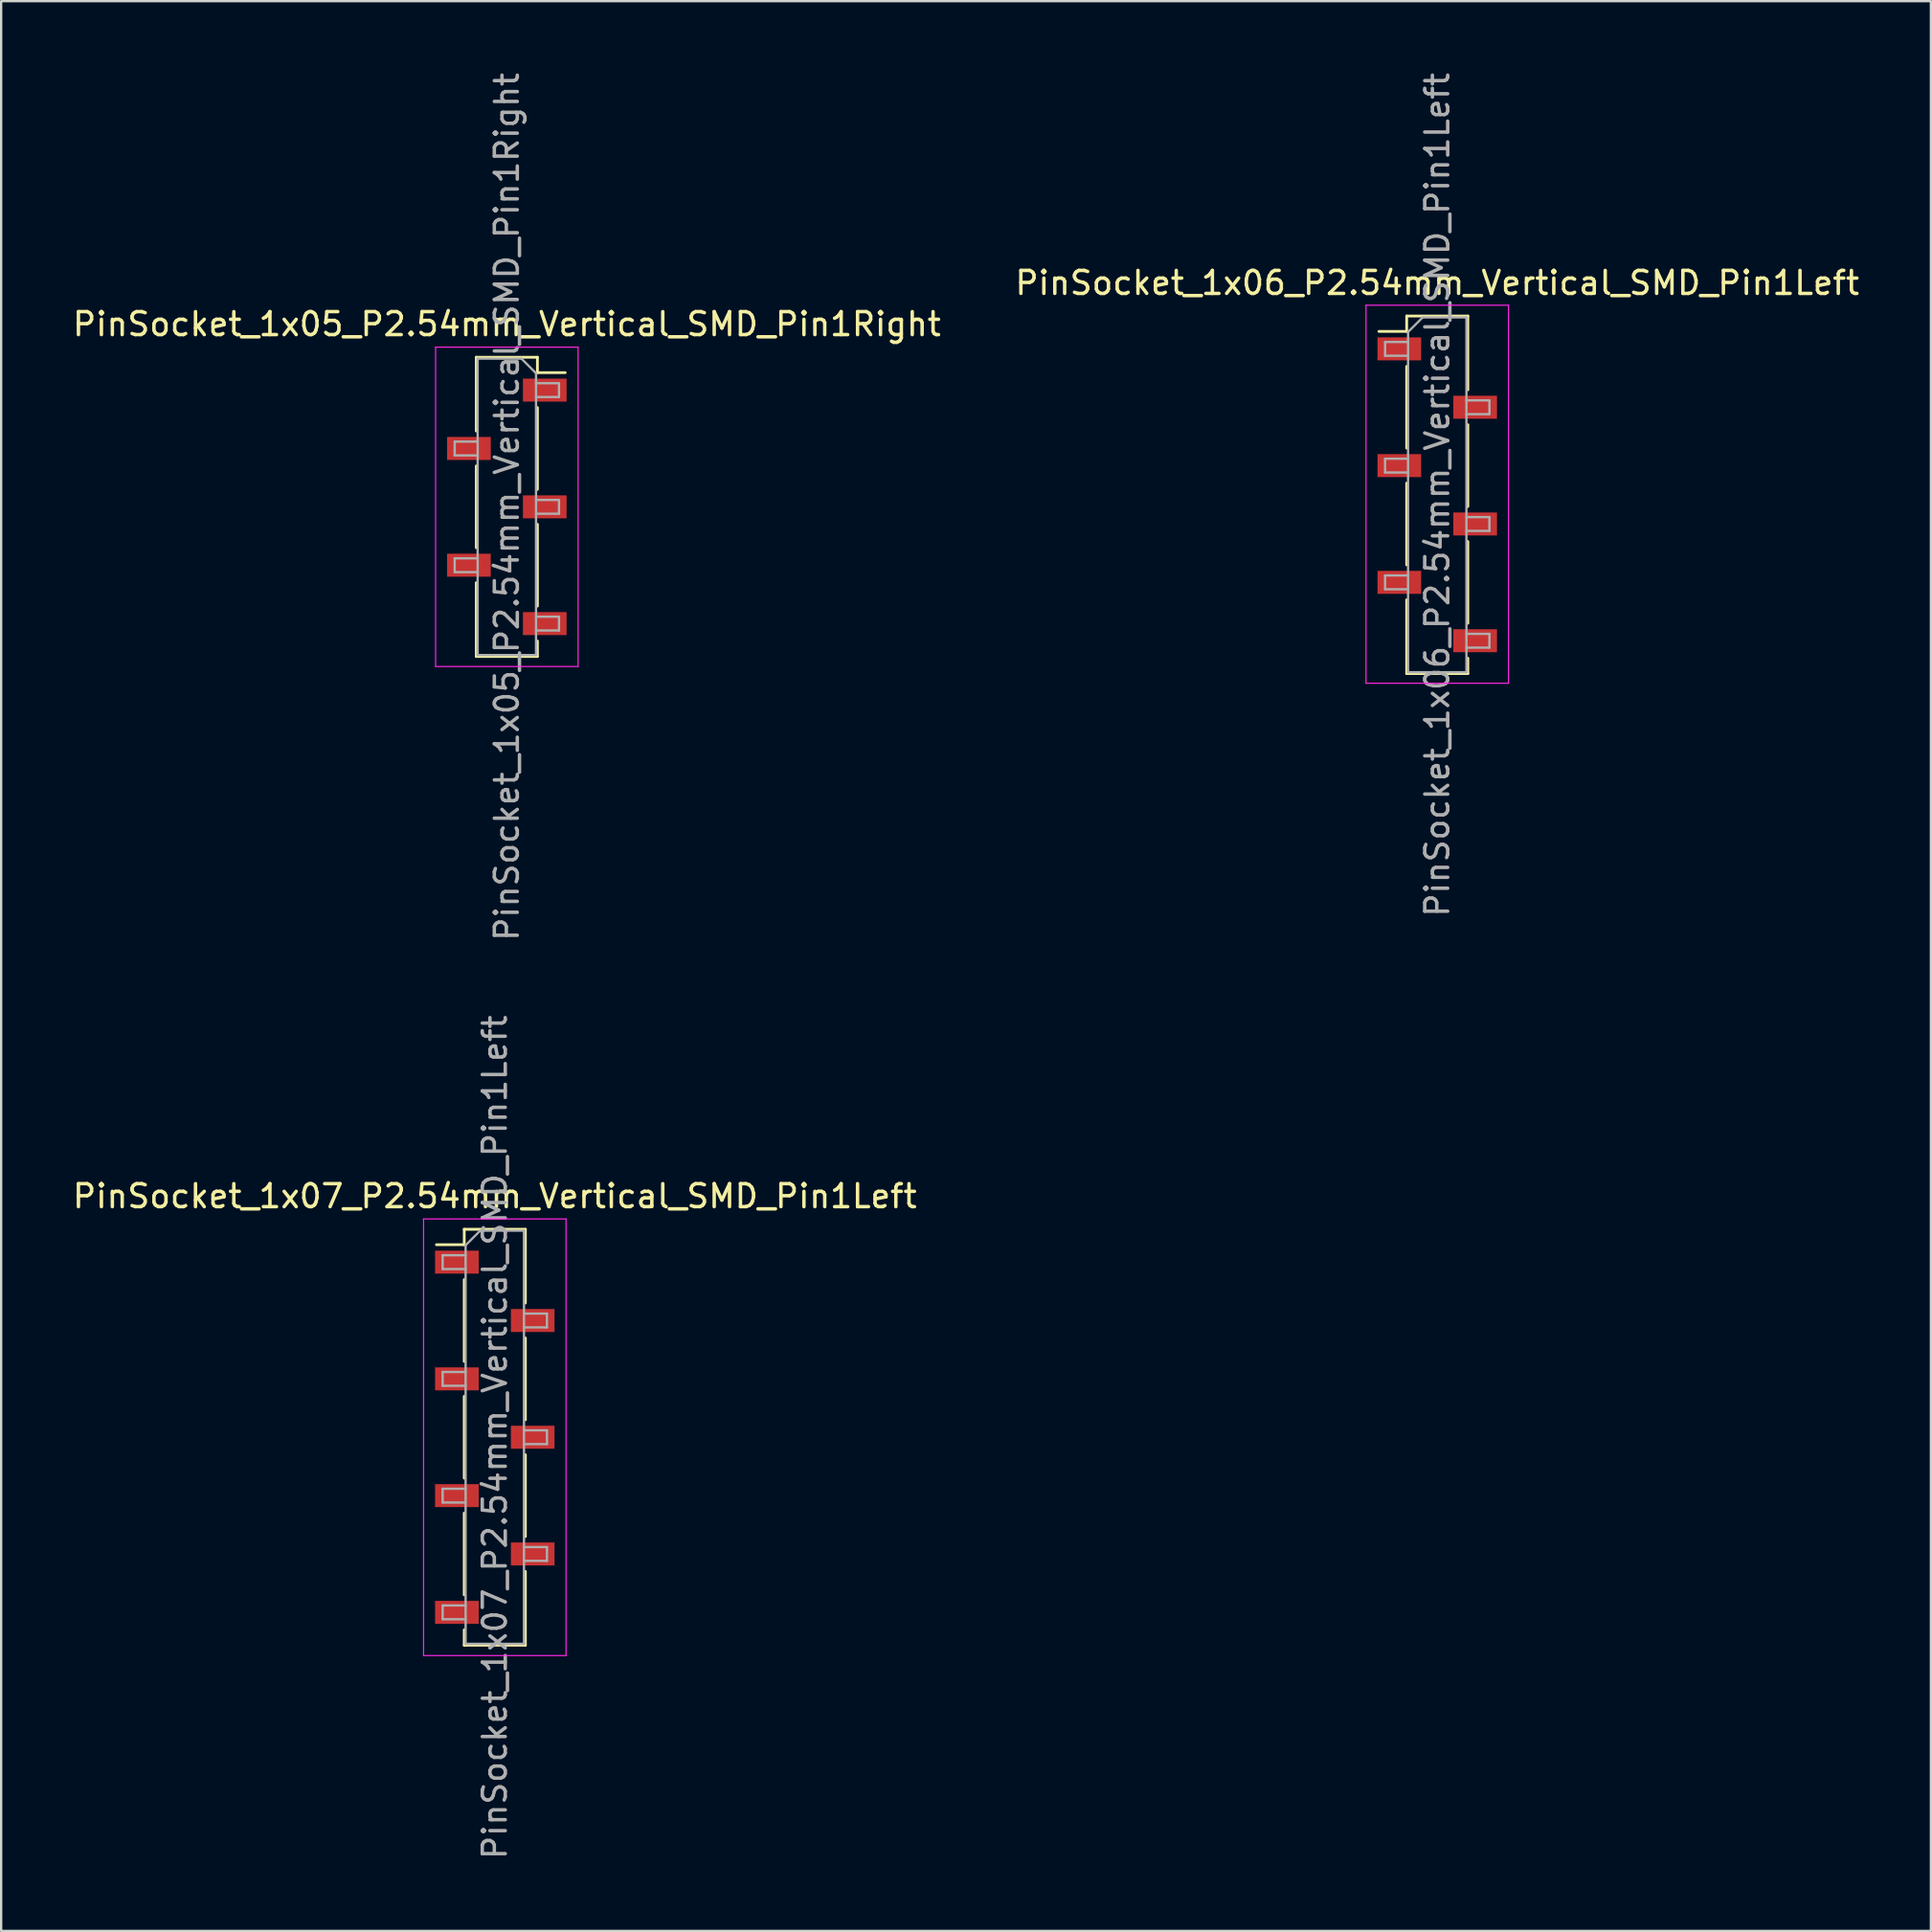
<source format=kicad_pcb>
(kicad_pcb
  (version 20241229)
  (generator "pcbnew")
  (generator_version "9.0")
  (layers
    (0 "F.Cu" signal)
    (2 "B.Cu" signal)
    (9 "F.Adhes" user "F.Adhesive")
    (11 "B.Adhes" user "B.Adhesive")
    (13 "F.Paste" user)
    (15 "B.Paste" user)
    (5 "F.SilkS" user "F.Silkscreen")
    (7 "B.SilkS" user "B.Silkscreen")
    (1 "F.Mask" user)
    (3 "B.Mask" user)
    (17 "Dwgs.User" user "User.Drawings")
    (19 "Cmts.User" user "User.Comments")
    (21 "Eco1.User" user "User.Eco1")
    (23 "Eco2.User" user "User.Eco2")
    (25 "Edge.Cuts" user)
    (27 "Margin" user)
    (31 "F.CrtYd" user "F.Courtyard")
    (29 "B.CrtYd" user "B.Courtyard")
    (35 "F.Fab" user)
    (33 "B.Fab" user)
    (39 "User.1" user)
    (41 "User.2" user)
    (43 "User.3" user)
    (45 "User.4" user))
  (footprint "PinSocket_1x06_P2.54mm_Vertical_SMD_Pin1Left"
    (layer "F.Cu")
    (at 59.494 18.482)
    (property "Reference" "PinSocket_1x06_P2.54mm_Vertical_SMD_Pin1Left" (at 0 -9.22 0) (layer "F.SilkS") (effects (font (size 1 1) (thickness 0.15))))
    (attr smd)
    (fp_line (start -2.54 -7.11) (end -1.33 -7.11) (stroke (width 0.12) (type solid)) (layer "F.SilkS"))
    (fp_line (start -1.33 -7.78) (end -1.33 -7.11) (stroke (width 0.12) (type solid)) (layer "F.SilkS"))
    (fp_line (start -1.33 -7.78) (end 1.33 -7.78) (stroke (width 0.12) (type solid)) (layer "F.SilkS"))
    (fp_line (start -1.33 -5.59) (end -1.33 -2.03) (stroke (width 0.12) (type solid)) (layer "F.SilkS"))
    (fp_line (start -1.33 -0.51) (end -1.33 3.05) (stroke (width 0.12) (type solid)) (layer "F.SilkS"))
    (fp_line (start -1.33 4.57) (end -1.33 7.78) (stroke (width 0.12) (type solid)) (layer "F.SilkS"))
    (fp_line (start -1.33 7.78) (end 1.33 7.78) (stroke (width 0.12) (type solid)) (layer "F.SilkS"))
    (fp_line (start 1.33 -7.78) (end 1.33 -4.57) (stroke (width 0.12) (type solid)) (layer "F.SilkS"))
    (fp_line (start 1.33 -3.05) (end 1.33 0.51) (stroke (width 0.12) (type solid)) (layer "F.SilkS"))
    (fp_line (start 1.33 2.03) (end 1.33 5.59) (stroke (width 0.12) (type solid)) (layer "F.SilkS"))
    (fp_line (start 1.33 7.11) (end 1.33 7.78) (stroke (width 0.12) (type solid)) (layer "F.SilkS"))
    (fp_line (start -3.1 -8.25) (end 3.1 -8.25) (stroke (width 0.05) (type solid)) (layer "F.CrtYd"))
    (fp_line (start -3.1 8.2) (end -3.1 -8.25) (stroke (width 0.05) (type solid)) (layer "F.CrtYd"))
    (fp_line (start 3.1 -8.25) (end 3.1 8.2) (stroke (width 0.05) (type solid)) (layer "F.CrtYd"))
    (fp_line (start 3.1 8.2) (end -3.1 8.2) (stroke (width 0.05) (type solid)) (layer "F.CrtYd"))
    (fp_line (start -2.27 -6.65) (end -1.27 -6.65) (stroke (width 0.1) (type solid)) (layer "F.Fab"))
    (fp_line (start -2.27 -6.05) (end -2.27 -6.65) (stroke (width 0.1) (type solid)) (layer "F.Fab"))
    (fp_line (start -2.27 -1.57) (end -1.27 -1.57) (stroke (width 0.1) (type solid)) (layer "F.Fab"))
    (fp_line (start -2.27 -0.97) (end -2.27 -1.57) (stroke (width 0.1) (type solid)) (layer "F.Fab"))
    (fp_line (start -2.27 3.51) (end -1.27 3.51) (stroke (width 0.1) (type solid)) (layer "F.Fab"))
    (fp_line (start -2.27 4.11) (end -2.27 3.51) (stroke (width 0.1) (type solid)) (layer "F.Fab"))
    (fp_line (start -1.27 -7.085) (end -0.635 -7.72) (stroke (width 0.1) (type solid)) (layer "F.Fab"))
    (fp_line (start -1.27 -6.05) (end -2.27 -6.05) (stroke (width 0.1) (type solid)) (layer "F.Fab"))
    (fp_line (start -1.27 -0.97) (end -2.27 -0.97) (stroke (width 0.1) (type solid)) (layer "F.Fab"))
    (fp_line (start -1.27 4.11) (end -2.27 4.11) (stroke (width 0.1) (type solid)) (layer "F.Fab"))
    (fp_line (start -1.27 7.72) (end -1.27 -7.085) (stroke (width 0.1) (type solid)) (layer "F.Fab"))
    (fp_line (start -0.635 -7.72) (end 1.27 -7.72) (stroke (width 0.1) (type solid)) (layer "F.Fab"))
    (fp_line (start 1.27 -7.72) (end 1.27 7.72) (stroke (width 0.1) (type solid)) (layer "F.Fab"))
    (fp_line (start 1.27 -4.11) (end 2.27 -4.11) (stroke (width 0.1) (type solid)) (layer "F.Fab"))
    (fp_line (start 1.27 0.97) (end 2.27 0.97) (stroke (width 0.1) (type solid)) (layer "F.Fab"))
    (fp_line (start 1.27 6.05) (end 2.27 6.05) (stroke (width 0.1) (type solid)) (layer "F.Fab"))
    (fp_line (start 1.27 7.72) (end -1.27 7.72) (stroke (width 0.1) (type solid)) (layer "F.Fab"))
    (fp_line (start 2.27 -4.11) (end 2.27 -3.51) (stroke (width 0.1) (type solid)) (layer "F.Fab"))
    (fp_line (start 2.27 -3.51) (end 1.27 -3.51) (stroke (width 0.1) (type solid)) (layer "F.Fab"))
    (fp_line (start 2.27 0.97) (end 2.27 1.57) (stroke (width 0.1) (type solid)) (layer "F.Fab"))
    (fp_line (start 2.27 1.57) (end 1.27 1.57) (stroke (width 0.1) (type solid)) (layer "F.Fab"))
    (fp_line (start 2.27 6.05) (end 2.27 6.65) (stroke (width 0.1) (type solid)) (layer "F.Fab"))
    (fp_line (start 2.27 6.65) (end 1.27 6.65) (stroke (width 0.1) (type solid)) (layer "F.Fab"))
    (fp_text user "${REFERENCE}" (at 0 0 90) (layer "F.Fab") (effects (font (size 1 1) (thickness 0.15))))
    (pad "1" smd rect (at -1.65 -6.35) (size 1.9 1) (layers "F.Cu" "F.Mask" "F.Paste"))
    (pad "2" smd rect (at 1.65 -3.81) (size 1.9 1) (layers "F.Cu" "F.Mask" "F.Paste"))
    (pad "3" smd rect (at -1.65 -1.27) (size 1.9 1) (layers "F.Cu" "F.Mask" "F.Paste"))
    (pad "4" smd rect (at 1.65 1.27) (size 1.9 1) (layers "F.Cu" "F.Mask" "F.Paste"))
    (pad "5" smd rect (at -1.65 3.81) (size 1.9 1) (layers "F.Cu" "F.Mask" "F.Paste"))
    (pad "6" smd rect (at 1.65 6.35) (size 1.9 1) (layers "F.Cu" "F.Mask" "F.Paste")))
  (footprint "PinSocket_1x05_P2.54mm_Vertical_SMD_Pin1Right"
    (layer "F.Cu")
    (at 19.006 19.006)
    (property "Reference" "PinSocket_1x05_P2.54mm_Vertical_SMD_Pin1Right" (at 0 -7.95 0) (layer "F.SilkS") (effects (font (size 1 1) (thickness 0.15))))
    (attr smd)
    (fp_line (start -1.33 -6.51) (end -1.33 -3.3) (stroke (width 0.12) (type solid)) (layer "F.SilkS"))
    (fp_line (start -1.33 -6.51) (end 1.33 -6.51) (stroke (width 0.12) (type solid)) (layer "F.SilkS"))
    (fp_line (start -1.33 -1.78) (end -1.33 1.78) (stroke (width 0.12) (type solid)) (layer "F.SilkS"))
    (fp_line (start -1.33 3.3) (end -1.33 6.51) (stroke (width 0.12) (type solid)) (layer "F.SilkS"))
    (fp_line (start -1.33 6.51) (end 1.33 6.51) (stroke (width 0.12) (type solid)) (layer "F.SilkS"))
    (fp_line (start 1.33 -6.51) (end 1.33 -5.84) (stroke (width 0.12) (type solid)) (layer "F.SilkS"))
    (fp_line (start 1.33 -5.84) (end 2.54 -5.84) (stroke (width 0.12) (type solid)) (layer "F.SilkS"))
    (fp_line (start 1.33 -4.32) (end 1.33 -0.76) (stroke (width 0.12) (type solid)) (layer "F.SilkS"))
    (fp_line (start 1.33 0.76) (end 1.33 4.32) (stroke (width 0.12) (type solid)) (layer "F.SilkS"))
    (fp_line (start 1.33 5.84) (end 1.33 6.51) (stroke (width 0.12) (type solid)) (layer "F.SilkS"))
    (fp_line (start -3.1 -6.95) (end 3.1 -6.95) (stroke (width 0.05) (type solid)) (layer "F.CrtYd"))
    (fp_line (start -3.1 6.95) (end -3.1 -6.95) (stroke (width 0.05) (type solid)) (layer "F.CrtYd"))
    (fp_line (start 3.1 -6.95) (end 3.1 6.95) (stroke (width 0.05) (type solid)) (layer "F.CrtYd"))
    (fp_line (start 3.1 6.95) (end -3.1 6.95) (stroke (width 0.05) (type solid)) (layer "F.CrtYd"))
    (fp_line (start -2.27 -2.84) (end -1.27 -2.84) (stroke (width 0.1) (type solid)) (layer "F.Fab"))
    (fp_line (start -2.27 -2.24) (end -2.27 -2.84) (stroke (width 0.1) (type solid)) (layer "F.Fab"))
    (fp_line (start -2.27 2.24) (end -1.27 2.24) (stroke (width 0.1) (type solid)) (layer "F.Fab"))
    (fp_line (start -2.27 2.84) (end -2.27 2.24) (stroke (width 0.1) (type solid)) (layer "F.Fab"))
    (fp_line (start -1.27 -6.45) (end 0.635 -6.45) (stroke (width 0.1) (type solid)) (layer "F.Fab"))
    (fp_line (start -1.27 -2.24) (end -2.27 -2.24) (stroke (width 0.1) (type solid)) (layer "F.Fab"))
    (fp_line (start -1.27 2.84) (end -2.27 2.84) (stroke (width 0.1) (type solid)) (layer "F.Fab"))
    (fp_line (start -1.27 6.45) (end -1.27 -6.45) (stroke (width 0.1) (type solid)) (layer "F.Fab"))
    (fp_line (start 0.635 -6.45) (end 1.27 -5.815) (stroke (width 0.1) (type solid)) (layer "F.Fab"))
    (fp_line (start 1.27 -5.815) (end 1.27 6.45) (stroke (width 0.1) (type solid)) (layer "F.Fab"))
    (fp_line (start 1.27 -5.38) (end 2.27 -5.38) (stroke (width 0.1) (type solid)) (layer "F.Fab"))
    (fp_line (start 1.27 -0.3) (end 2.27 -0.3) (stroke (width 0.1) (type solid)) (layer "F.Fab"))
    (fp_line (start 1.27 4.78) (end 2.27 4.78) (stroke (width 0.1) (type solid)) (layer "F.Fab"))
    (fp_line (start 1.27 6.45) (end -1.27 6.45) (stroke (width 0.1) (type solid)) (layer "F.Fab"))
    (fp_line (start 2.27 -5.38) (end 2.27 -4.78) (stroke (width 0.1) (type solid)) (layer "F.Fab"))
    (fp_line (start 2.27 -4.78) (end 1.27 -4.78) (stroke (width 0.1) (type solid)) (layer "F.Fab"))
    (fp_line (start 2.27 -0.3) (end 2.27 0.3) (stroke (width 0.1) (type solid)) (layer "F.Fab"))
    (fp_line (start 2.27 0.3) (end 1.27 0.3) (stroke (width 0.1) (type solid)) (layer "F.Fab"))
    (fp_line (start 2.27 4.78) (end 2.27 5.38) (stroke (width 0.1) (type solid)) (layer "F.Fab"))
    (fp_line (start 2.27 5.38) (end 1.27 5.38) (stroke (width 0.1) (type solid)) (layer "F.Fab"))
    (fp_text user "${REFERENCE}" (at 0 0 90) (layer "F.Fab") (effects (font (size 1 1) (thickness 0.15))))
    (pad "1" smd rect (at 1.65 -5.08) (size 1.9 1) (layers "F.Cu" "F.Mask" "F.Paste"))
    (pad "2" smd rect (at -1.65 -2.54) (size 1.9 1) (layers "F.Cu" "F.Mask" "F.Paste"))
    (pad "3" smd rect (at 1.65 0) (size 1.9 1) (layers "F.Cu" "F.Mask" "F.Paste"))
    (pad "4" smd rect (at -1.65 2.54) (size 1.9 1) (layers "F.Cu" "F.Mask" "F.Paste"))
    (pad "5" smd rect (at 1.65 5.08) (size 1.9 1) (layers "F.Cu" "F.Mask" "F.Paste")))
  (footprint "PinSocket_1x07_P2.54mm_Vertical_SMD_Pin1Left"
    (layer "F.Cu")
    (at 18.482 59.494)
    (property "Reference" "PinSocket_1x07_P2.54mm_Vertical_SMD_Pin1Left" (at 0 -10.49 0) (layer "F.SilkS") (effects (font (size 1 1) (thickness 0.15))))
    (attr smd)
    (fp_line (start -2.54 -8.38) (end -1.33 -8.38) (stroke (width 0.12) (type solid)) (layer "F.SilkS"))
    (fp_line (start -1.33 -9.05) (end -1.33 -8.38) (stroke (width 0.12) (type solid)) (layer "F.SilkS"))
    (fp_line (start -1.33 -9.05) (end 1.33 -9.05) (stroke (width 0.12) (type solid)) (layer "F.SilkS"))
    (fp_line (start -1.33 -6.86) (end -1.33 -3.3) (stroke (width 0.12) (type solid)) (layer "F.SilkS"))
    (fp_line (start -1.33 -1.78) (end -1.33 1.78) (stroke (width 0.12) (type solid)) (layer "F.SilkS"))
    (fp_line (start -1.33 3.3) (end -1.33 6.86) (stroke (width 0.12) (type solid)) (layer "F.SilkS"))
    (fp_line (start -1.33 8.38) (end -1.33 9.05) (stroke (width 0.12) (type solid)) (layer "F.SilkS"))
    (fp_line (start -1.33 9.05) (end 1.33 9.05) (stroke (width 0.12) (type solid)) (layer "F.SilkS"))
    (fp_line (start 1.33 -9.05) (end 1.33 -5.84) (stroke (width 0.12) (type solid)) (layer "F.SilkS"))
    (fp_line (start 1.33 -4.32) (end 1.33 -0.76) (stroke (width 0.12) (type solid)) (layer "F.SilkS"))
    (fp_line (start 1.33 0.76) (end 1.33 4.32) (stroke (width 0.12) (type solid)) (layer "F.SilkS"))
    (fp_line (start 1.33 5.84) (end 1.33 9.05) (stroke (width 0.12) (type solid)) (layer "F.SilkS"))
    (fp_line (start -3.1 -9.5) (end 3.1 -9.5) (stroke (width 0.05) (type solid)) (layer "F.CrtYd"))
    (fp_line (start -3.1 9.5) (end -3.1 -9.5) (stroke (width 0.05) (type solid)) (layer "F.CrtYd"))
    (fp_line (start 3.1 -9.5) (end 3.1 9.5) (stroke (width 0.05) (type solid)) (layer "F.CrtYd"))
    (fp_line (start 3.1 9.5) (end -3.1 9.5) (stroke (width 0.05) (type solid)) (layer "F.CrtYd"))
    (fp_line (start -2.27 -7.92) (end -1.27 -7.92) (stroke (width 0.1) (type solid)) (layer "F.Fab"))
    (fp_line (start -2.27 -7.32) (end -2.27 -7.92) (stroke (width 0.1) (type solid)) (layer "F.Fab"))
    (fp_line (start -2.27 -2.84) (end -1.27 -2.84) (stroke (width 0.1) (type solid)) (layer "F.Fab"))
    (fp_line (start -2.27 -2.24) (end -2.27 -2.84) (stroke (width 0.1) (type solid)) (layer "F.Fab"))
    (fp_line (start -2.27 2.24) (end -1.27 2.24) (stroke (width 0.1) (type solid)) (layer "F.Fab"))
    (fp_line (start -2.27 2.84) (end -2.27 2.24) (stroke (width 0.1) (type solid)) (layer "F.Fab"))
    (fp_line (start -2.27 7.32) (end -1.27 7.32) (stroke (width 0.1) (type solid)) (layer "F.Fab"))
    (fp_line (start -2.27 7.92) (end -2.27 7.32) (stroke (width 0.1) (type solid)) (layer "F.Fab"))
    (fp_line (start -1.27 -8.355) (end -0.635 -8.99) (stroke (width 0.1) (type solid)) (layer "F.Fab"))
    (fp_line (start -1.27 -7.32) (end -2.27 -7.32) (stroke (width 0.1) (type solid)) (layer "F.Fab"))
    (fp_line (start -1.27 -2.24) (end -2.27 -2.24) (stroke (width 0.1) (type solid)) (layer "F.Fab"))
    (fp_line (start -1.27 2.84) (end -2.27 2.84) (stroke (width 0.1) (type solid)) (layer "F.Fab"))
    (fp_line (start -1.27 7.92) (end -2.27 7.92) (stroke (width 0.1) (type solid)) (layer "F.Fab"))
    (fp_line (start -1.27 8.99) (end -1.27 -8.355) (stroke (width 0.1) (type solid)) (layer "F.Fab"))
    (fp_line (start -0.635 -8.99) (end 1.27 -8.99) (stroke (width 0.1) (type solid)) (layer "F.Fab"))
    (fp_line (start 1.27 -8.99) (end 1.27 8.99) (stroke (width 0.1) (type solid)) (layer "F.Fab"))
    (fp_line (start 1.27 -5.38) (end 2.27 -5.38) (stroke (width 0.1) (type solid)) (layer "F.Fab"))
    (fp_line (start 1.27 -0.3) (end 2.27 -0.3) (stroke (width 0.1) (type solid)) (layer "F.Fab"))
    (fp_line (start 1.27 4.78) (end 2.27 4.78) (stroke (width 0.1) (type solid)) (layer "F.Fab"))
    (fp_line (start 1.27 8.99) (end -1.27 8.99) (stroke (width 0.1) (type solid)) (layer "F.Fab"))
    (fp_line (start 2.27 -5.38) (end 2.27 -4.78) (stroke (width 0.1) (type solid)) (layer "F.Fab"))
    (fp_line (start 2.27 -4.78) (end 1.27 -4.78) (stroke (width 0.1) (type solid)) (layer "F.Fab"))
    (fp_line (start 2.27 -0.3) (end 2.27 0.3) (stroke (width 0.1) (type solid)) (layer "F.Fab"))
    (fp_line (start 2.27 0.3) (end 1.27 0.3) (stroke (width 0.1) (type solid)) (layer "F.Fab"))
    (fp_line (start 2.27 4.78) (end 2.27 5.38) (stroke (width 0.1) (type solid)) (layer "F.Fab"))
    (fp_line (start 2.27 5.38) (end 1.27 5.38) (stroke (width 0.1) (type solid)) (layer "F.Fab"))
    (fp_text user "${REFERENCE}" (at 0 0 90) (layer "F.Fab") (effects (font (size 1 1) (thickness 0.15))))
    (pad "1" smd rect (at -1.65 -7.62) (size 1.9 1) (layers "F.Cu" "F.Mask" "F.Paste"))
    (pad "2" smd rect (at 1.65 -5.08) (size 1.9 1) (layers "F.Cu" "F.Mask" "F.Paste"))
    (pad "3" smd rect (at -1.65 -2.54) (size 1.9 1) (layers "F.Cu" "F.Mask" "F.Paste"))
    (pad "4" smd rect (at 1.65 0) (size 1.9 1) (layers "F.Cu" "F.Mask" "F.Paste"))
    (pad "5" smd rect (at -1.65 2.54) (size 1.9 1) (layers "F.Cu" "F.Mask" "F.Paste"))
    (pad "6" smd rect (at 1.65 5.08) (size 1.9 1) (layers "F.Cu" "F.Mask" "F.Paste"))
    (pad "7" smd rect (at -1.65 7.62) (size 1.9 1) (layers "F.Cu" "F.Mask" "F.Paste")))
  (gr_rect
    (start -3 -3)
    (end 80.976 80.976)
    (stroke (width 0.1) (type default))
    (fill no)
    (layer "Edge.Cuts")))
</source>
